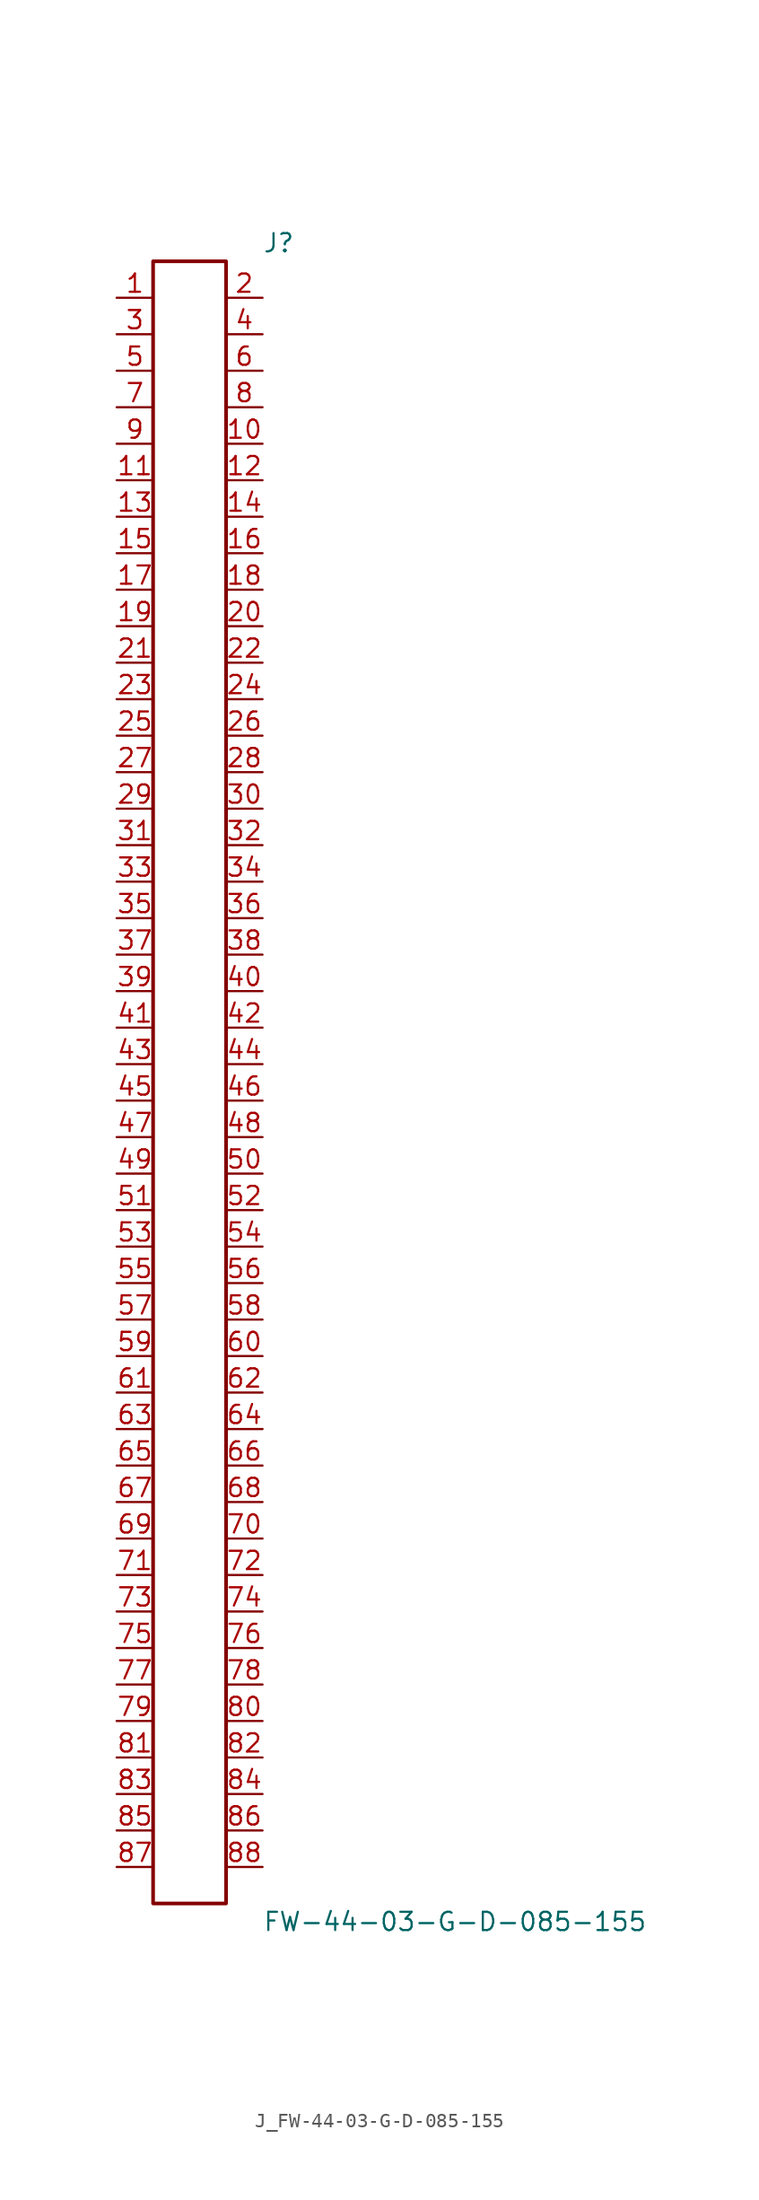
<source format=kicad_sym>
(kicad_symbol_lib
  (version 20231120)
  (generator kicad_symbol_editor)
  (generator_version 8.0)
  (symbol "J_FW-44-03-G-D-085-155"
    (pin_names
      (offset 0.254))
    (property "Reference" "J"
      (at 5.08 58.42 0)
      (effects (font (size 1.27 1.27)) (justify left)))
    (property "Value" "FW-44-03-G-D-085-155"
      (at 5.08 -58.42 0)
      (effects (font (size 1.27 1.27)) (justify left)))
    (symbol "J_FW-44-03-G-D-085-155_0_0"
      (pin unspecified line (at -5.08 54.61 0) (length 2.54) (name "" (effects (font (size 1.27 1.27)))) (number "1" (effects (font (size 1.27 1.27)))))
      (pin unspecified line (at 5.08 54.61 180) (length 2.54) (name "" (effects (font (size 1.27 1.27)))) (number "2" (effects (font (size 1.27 1.27)))))
      (pin unspecified line (at -5.08 52.07 0) (length 2.54) (name "" (effects (font (size 1.27 1.27)))) (number "3" (effects (font (size 1.27 1.27)))))
      (pin unspecified line (at 5.08 52.07 180) (length 2.54) (name "" (effects (font (size 1.27 1.27)))) (number "4" (effects (font (size 1.27 1.27)))))
      (pin unspecified line (at -5.08 49.53 0) (length 2.54) (name "" (effects (font (size 1.27 1.27)))) (number "5" (effects (font (size 1.27 1.27)))))
      (pin unspecified line (at 5.08 49.53 180) (length 2.54) (name "" (effects (font (size 1.27 1.27)))) (number "6" (effects (font (size 1.27 1.27)))))
      (pin unspecified line (at -5.08 46.99 0) (length 2.54) (name "" (effects (font (size 1.27 1.27)))) (number "7" (effects (font (size 1.27 1.27)))))
      (pin unspecified line (at 5.08 46.99 180) (length 2.54) (name "" (effects (font (size 1.27 1.27)))) (number "8" (effects (font (size 1.27 1.27)))))
      (pin unspecified line (at -5.08 44.45 0) (length 2.54) (name "" (effects (font (size 1.27 1.27)))) (number "9" (effects (font (size 1.27 1.27)))))
      (pin unspecified line (at 5.08 44.45 180) (length 2.54) (name "" (effects (font (size 1.27 1.27)))) (number "10" (effects (font (size 1.27 1.27)))))
      (pin unspecified line (at -5.08 41.91 0) (length 2.54) (name "" (effects (font (size 1.27 1.27)))) (number "11" (effects (font (size 1.27 1.27)))))
      (pin unspecified line (at 5.08 41.91 180) (length 2.54) (name "" (effects (font (size 1.27 1.27)))) (number "12" (effects (font (size 1.27 1.27)))))
      (pin unspecified line (at -5.08 39.37 0) (length 2.54) (name "" (effects (font (size 1.27 1.27)))) (number "13" (effects (font (size 1.27 1.27)))))
      (pin unspecified line (at 5.08 39.37 180) (length 2.54) (name "" (effects (font (size 1.27 1.27)))) (number "14" (effects (font (size 1.27 1.27)))))
      (pin unspecified line (at -5.08 36.83 0) (length 2.54) (name "" (effects (font (size 1.27 1.27)))) (number "15" (effects (font (size 1.27 1.27)))))
      (pin unspecified line (at 5.08 36.83 180) (length 2.54) (name "" (effects (font (size 1.27 1.27)))) (number "16" (effects (font (size 1.27 1.27)))))
      (pin unspecified line (at -5.08 34.29 0) (length 2.54) (name "" (effects (font (size 1.27 1.27)))) (number "17" (effects (font (size 1.27 1.27)))))
      (pin unspecified line (at 5.08 34.29 180) (length 2.54) (name "" (effects (font (size 1.27 1.27)))) (number "18" (effects (font (size 1.27 1.27)))))
      (pin unspecified line (at -5.08 31.75 0) (length 2.54) (name "" (effects (font (size 1.27 1.27)))) (number "19" (effects (font (size 1.27 1.27)))))
      (pin unspecified line (at 5.08 31.75 180) (length 2.54) (name "" (effects (font (size 1.27 1.27)))) (number "20" (effects (font (size 1.27 1.27)))))
      (pin unspecified line (at -5.08 29.21 0) (length 2.54) (name "" (effects (font (size 1.27 1.27)))) (number "21" (effects (font (size 1.27 1.27)))))
      (pin unspecified line (at 5.08 29.21 180) (length 2.54) (name "" (effects (font (size 1.27 1.27)))) (number "22" (effects (font (size 1.27 1.27)))))
      (pin unspecified line (at -5.08 26.67 0) (length 2.54) (name "" (effects (font (size 1.27 1.27)))) (number "23" (effects (font (size 1.27 1.27)))))
      (pin unspecified line (at 5.08 26.67 180) (length 2.54) (name "" (effects (font (size 1.27 1.27)))) (number "24" (effects (font (size 1.27 1.27)))))
      (pin unspecified line (at -5.08 24.13 0) (length 2.54) (name "" (effects (font (size 1.27 1.27)))) (number "25" (effects (font (size 1.27 1.27)))))
      (pin unspecified line (at 5.08 24.13 180) (length 2.54) (name "" (effects (font (size 1.27 1.27)))) (number "26" (effects (font (size 1.27 1.27)))))
      (pin unspecified line (at -5.08 21.59 0) (length 2.54) (name "" (effects (font (size 1.27 1.27)))) (number "27" (effects (font (size 1.27 1.27)))))
      (pin unspecified line (at 5.08 21.59 180) (length 2.54) (name "" (effects (font (size 1.27 1.27)))) (number "28" (effects (font (size 1.27 1.27)))))
      (pin unspecified line (at -5.08 19.05 0) (length 2.54) (name "" (effects (font (size 1.27 1.27)))) (number "29" (effects (font (size 1.27 1.27)))))
      (pin unspecified line (at 5.08 19.05 180) (length 2.54) (name "" (effects (font (size 1.27 1.27)))) (number "30" (effects (font (size 1.27 1.27)))))
      (pin unspecified line (at -5.08 16.51 0) (length 2.54) (name "" (effects (font (size 1.27 1.27)))) (number "31" (effects (font (size 1.27 1.27)))))
      (pin unspecified line (at 5.08 16.51 180) (length 2.54) (name "" (effects (font (size 1.27 1.27)))) (number "32" (effects (font (size 1.27 1.27)))))
      (pin unspecified line (at -5.08 13.97 0) (length 2.54) (name "" (effects (font (size 1.27 1.27)))) (number "33" (effects (font (size 1.27 1.27)))))
      (pin unspecified line (at 5.08 13.97 180) (length 2.54) (name "" (effects (font (size 1.27 1.27)))) (number "34" (effects (font (size 1.27 1.27)))))
      (pin unspecified line (at -5.08 11.43 0) (length 2.54) (name "" (effects (font (size 1.27 1.27)))) (number "35" (effects (font (size 1.27 1.27)))))
      (pin unspecified line (at 5.08 11.43 180) (length 2.54) (name "" (effects (font (size 1.27 1.27)))) (number "36" (effects (font (size 1.27 1.27)))))
      (pin unspecified line (at -5.08 8.89 0) (length 2.54) (name "" (effects (font (size 1.27 1.27)))) (number "37" (effects (font (size 1.27 1.27)))))
      (pin unspecified line (at 5.08 8.89 180) (length 2.54) (name "" (effects (font (size 1.27 1.27)))) (number "38" (effects (font (size 1.27 1.27)))))
      (pin unspecified line (at -5.08 6.35 0) (length 2.54) (name "" (effects (font (size 1.27 1.27)))) (number "39" (effects (font (size 1.27 1.27)))))
      (pin unspecified line (at 5.08 6.35 180) (length 2.54) (name "" (effects (font (size 1.27 1.27)))) (number "40" (effects (font (size 1.27 1.27)))))
      (pin unspecified line (at -5.08 3.81 0) (length 2.54) (name "" (effects (font (size 1.27 1.27)))) (number "41" (effects (font (size 1.27 1.27)))))
      (pin unspecified line (at 5.08 3.81 180) (length 2.54) (name "" (effects (font (size 1.27 1.27)))) (number "42" (effects (font (size 1.27 1.27)))))
      (pin unspecified line (at -5.08 1.27 0) (length 2.54) (name "" (effects (font (size 1.27 1.27)))) (number "43" (effects (font (size 1.27 1.27)))))
      (pin unspecified line (at 5.08 1.27 180) (length 2.54) (name "" (effects (font (size 1.27 1.27)))) (number "44" (effects (font (size 1.27 1.27)))))
      (pin unspecified line (at -5.08 -1.27 0) (length 2.54) (name "" (effects (font (size 1.27 1.27)))) (number "45" (effects (font (size 1.27 1.27)))))
      (pin unspecified line (at 5.08 -1.27 180) (length 2.54) (name "" (effects (font (size 1.27 1.27)))) (number "46" (effects (font (size 1.27 1.27)))))
      (pin unspecified line (at -5.08 -3.81 0) (length 2.54) (name "" (effects (font (size 1.27 1.27)))) (number "47" (effects (font (size 1.27 1.27)))))
      (pin unspecified line (at 5.08 -3.81 180) (length 2.54) (name "" (effects (font (size 1.27 1.27)))) (number "48" (effects (font (size 1.27 1.27)))))
      (pin unspecified line (at -5.08 -6.35 0) (length 2.54) (name "" (effects (font (size 1.27 1.27)))) (number "49" (effects (font (size 1.27 1.27)))))
      (pin unspecified line (at 5.08 -6.35 180) (length 2.54) (name "" (effects (font (size 1.27 1.27)))) (number "50" (effects (font (size 1.27 1.27)))))
      (pin unspecified line (at -5.08 -8.89 0) (length 2.54) (name "" (effects (font (size 1.27 1.27)))) (number "51" (effects (font (size 1.27 1.27)))))
      (pin unspecified line (at 5.08 -8.89 180) (length 2.54) (name "" (effects (font (size 1.27 1.27)))) (number "52" (effects (font (size 1.27 1.27)))))
      (pin unspecified line (at -5.08 -11.43 0) (length 2.54) (name "" (effects (font (size 1.27 1.27)))) (number "53" (effects (font (size 1.27 1.27)))))
      (pin unspecified line (at 5.08 -11.43 180) (length 2.54) (name "" (effects (font (size 1.27 1.27)))) (number "54" (effects (font (size 1.27 1.27)))))
      (pin unspecified line (at -5.08 -13.97 0) (length 2.54) (name "" (effects (font (size 1.27 1.27)))) (number "55" (effects (font (size 1.27 1.27)))))
      (pin unspecified line (at 5.08 -13.97 180) (length 2.54) (name "" (effects (font (size 1.27 1.27)))) (number "56" (effects (font (size 1.27 1.27)))))
      (pin unspecified line (at -5.08 -16.51 0) (length 2.54) (name "" (effects (font (size 1.27 1.27)))) (number "57" (effects (font (size 1.27 1.27)))))
      (pin unspecified line (at 5.08 -16.51 180) (length 2.54) (name "" (effects (font (size 1.27 1.27)))) (number "58" (effects (font (size 1.27 1.27)))))
      (pin unspecified line (at -5.08 -19.05 0) (length 2.54) (name "" (effects (font (size 1.27 1.27)))) (number "59" (effects (font (size 1.27 1.27)))))
      (pin unspecified line (at 5.08 -19.05 180) (length 2.54) (name "" (effects (font (size 1.27 1.27)))) (number "60" (effects (font (size 1.27 1.27)))))
      (pin unspecified line (at -5.08 -21.59 0) (length 2.54) (name "" (effects (font (size 1.27 1.27)))) (number "61" (effects (font (size 1.27 1.27)))))
      (pin unspecified line (at 5.08 -21.59 180) (length 2.54) (name "" (effects (font (size 1.27 1.27)))) (number "62" (effects (font (size 1.27 1.27)))))
      (pin unspecified line (at -5.08 -24.13 0) (length 2.54) (name "" (effects (font (size 1.27 1.27)))) (number "63" (effects (font (size 1.27 1.27)))))
      (pin unspecified line (at 5.08 -24.13 180) (length 2.54) (name "" (effects (font (size 1.27 1.27)))) (number "64" (effects (font (size 1.27 1.27)))))
      (pin unspecified line (at -5.08 -26.67 0) (length 2.54) (name "" (effects (font (size 1.27 1.27)))) (number "65" (effects (font (size 1.27 1.27)))))
      (pin unspecified line (at 5.08 -26.67 180) (length 2.54) (name "" (effects (font (size 1.27 1.27)))) (number "66" (effects (font (size 1.27 1.27)))))
      (pin unspecified line (at -5.08 -29.21 0) (length 2.54) (name "" (effects (font (size 1.27 1.27)))) (number "67" (effects (font (size 1.27 1.27)))))
      (pin unspecified line (at 5.08 -29.21 180) (length 2.54) (name "" (effects (font (size 1.27 1.27)))) (number "68" (effects (font (size 1.27 1.27)))))
      (pin unspecified line (at -5.08 -31.75 0) (length 2.54) (name "" (effects (font (size 1.27 1.27)))) (number "69" (effects (font (size 1.27 1.27)))))
      (pin unspecified line (at 5.08 -31.75 180) (length 2.54) (name "" (effects (font (size 1.27 1.27)))) (number "70" (effects (font (size 1.27 1.27)))))
      (pin unspecified line (at -5.08 -34.29 0) (length 2.54) (name "" (effects (font (size 1.27 1.27)))) (number "71" (effects (font (size 1.27 1.27)))))
      (pin unspecified line (at 5.08 -34.29 180) (length 2.54) (name "" (effects (font (size 1.27 1.27)))) (number "72" (effects (font (size 1.27 1.27)))))
      (pin unspecified line (at -5.08 -36.83 0) (length 2.54) (name "" (effects (font (size 1.27 1.27)))) (number "73" (effects (font (size 1.27 1.27)))))
      (pin unspecified line (at 5.08 -36.83 180) (length 2.54) (name "" (effects (font (size 1.27 1.27)))) (number "74" (effects (font (size 1.27 1.27)))))
      (pin unspecified line (at -5.08 -39.37 0) (length 2.54) (name "" (effects (font (size 1.27 1.27)))) (number "75" (effects (font (size 1.27 1.27)))))
      (pin unspecified line (at 5.08 -39.37 180) (length 2.54) (name "" (effects (font (size 1.27 1.27)))) (number "76" (effects (font (size 1.27 1.27)))))
      (pin unspecified line (at -5.08 -41.91 0) (length 2.54) (name "" (effects (font (size 1.27 1.27)))) (number "77" (effects (font (size 1.27 1.27)))))
      (pin unspecified line (at 5.08 -41.91 180) (length 2.54) (name "" (effects (font (size 1.27 1.27)))) (number "78" (effects (font (size 1.27 1.27)))))
      (pin unspecified line (at -5.08 -44.45 0) (length 2.54) (name "" (effects (font (size 1.27 1.27)))) (number "79" (effects (font (size 1.27 1.27)))))
      (pin unspecified line (at 5.08 -44.45 180) (length 2.54) (name "" (effects (font (size 1.27 1.27)))) (number "80" (effects (font (size 1.27 1.27)))))
      (pin unspecified line (at -5.08 -46.99 0) (length 2.54) (name "" (effects (font (size 1.27 1.27)))) (number "81" (effects (font (size 1.27 1.27)))))
      (pin unspecified line (at 5.08 -46.99 180) (length 2.54) (name "" (effects (font (size 1.27 1.27)))) (number "82" (effects (font (size 1.27 1.27)))))
      (pin unspecified line (at -5.08 -49.53 0) (length 2.54) (name "" (effects (font (size 1.27 1.27)))) (number "83" (effects (font (size 1.27 1.27)))))
      (pin unspecified line (at 5.08 -49.53 180) (length 2.54) (name "" (effects (font (size 1.27 1.27)))) (number "84" (effects (font (size 1.27 1.27)))))
      (pin unspecified line (at -5.08 -52.07 0) (length 2.54) (name "" (effects (font (size 1.27 1.27)))) (number "85" (effects (font (size 1.27 1.27)))))
      (pin unspecified line (at 5.08 -52.07 180) (length 2.54) (name "" (effects (font (size 1.27 1.27)))) (number "86" (effects (font (size 1.27 1.27)))))
      (pin unspecified line (at -5.08 -54.61 0) (length 2.54) (name "" (effects (font (size 1.27 1.27)))) (number "87" (effects (font (size 1.27 1.27)))))
      (pin unspecified line (at 5.08 -54.61 180) (length 2.54) (name "" (effects (font (size 1.27 1.27)))) (number "88" (effects (font (size 1.27 1.27))))))
    (symbol "J_FW-44-03-G-D-085-155_1_0"
      (rectangle (start -2.54 57.15) (end 2.54 -57.15) (stroke (width 0.254) (type solid)) (fill (type none))))))
</source>
